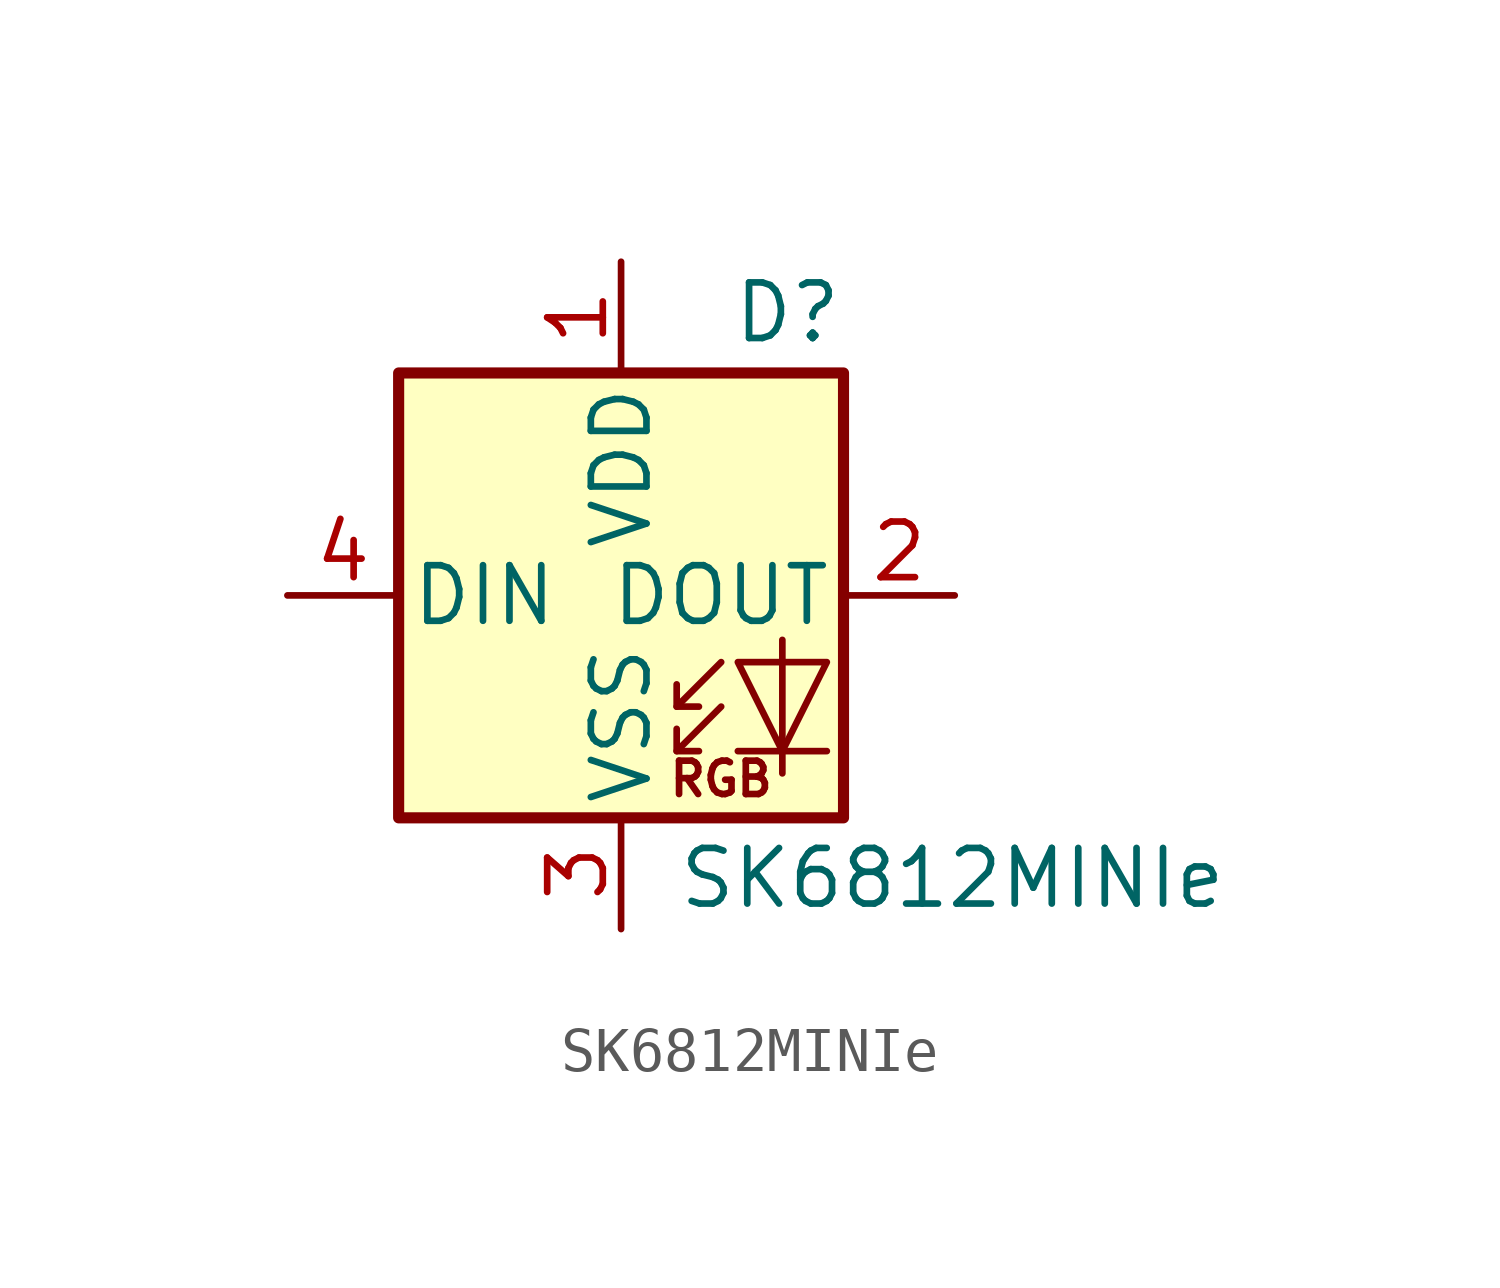
<source format=kicad_sym>
(kicad_symbol_lib
  (version 20231120)
  (generator "kicad_symbol_editor")
  (generator_version "8.0")
  (symbol "SK6812MINIe"
    (pin_names
      (offset 0.254))
    (property "Reference" "D"
      (at 5.08 5.715 0)
      (effects (font (size 1.27 1.27)) (justify right bottom)))
    (property "Value" "SK6812MINIe"
      (at 1.27 -5.715 0)
      (effects (font (size 1.27 1.27)) (justify left top)))
    (symbol "SK6812MINIe_0_0"
      (text "RGB" (at 2.286 -4.191 0) (effects (font (size 0.762 0.762)))))
    (symbol "SK6812MINIe_0_1"
      (polyline (pts (xy 1.27 -3.556) (xy 1.778 -3.556)) (stroke (width 0) (type default)) (fill (type none)))
      (polyline (pts (xy 1.27 -2.54) (xy 1.778 -2.54)) (stroke (width 0) (type default)) (fill (type none)))
      (polyline (pts (xy 4.699 -3.556) (xy 2.667 -3.556)) (stroke (width 0) (type default)) (fill (type none)))
      (polyline (pts (xy 2.286 -2.54) (xy 1.27 -3.556) (xy 1.27 -3.048)) (stroke (width 0) (type default)) (fill (type none)))
      (polyline (pts (xy 2.286 -1.524) (xy 1.27 -2.54) (xy 1.27 -2.032)) (stroke (width 0) (type default)) (fill (type none)))
      (polyline (pts (xy 3.683 -1.016) (xy 3.683 -3.556) (xy 3.683 -4.064)) (stroke (width 0) (type default)) (fill (type none)))
      (polyline (pts (xy 4.699 -1.524) (xy 2.667 -1.524) (xy 3.683 -3.556) (xy 4.699 -1.524)) (stroke (width 0) (type default)) (fill (type none)))
      (rectangle (start 5.08 5.08) (end -5.08 -5.08) (stroke (width 0.254) (type default)) (fill (type background))))
    (symbol "SK6812MINIe_1_1"
      (pin power_in line (at 0 7.62 270) (length 2.54) (name "VDD" (effects (font (size 1.27 1.27)))) (number "1" (effects (font (size 1.27 1.27)))))
      (pin output line (at 7.62 0 180) (length 2.54) (name "DOUT" (effects (font (size 1.27 1.27)))) (number "2" (effects (font (size 1.27 1.27)))))
      (pin power_in line (at 0 -7.62 90) (length 2.54) (name "VSS" (effects (font (size 1.27 1.27)))) (number "3" (effects (font (size 1.27 1.27)))))
      (pin input line (at -7.62 0 0) (length 2.54) (name "DIN" (effects (font (size 1.27 1.27)))) (number "4" (effects (font (size 1.27 1.27))))))))
</source>
